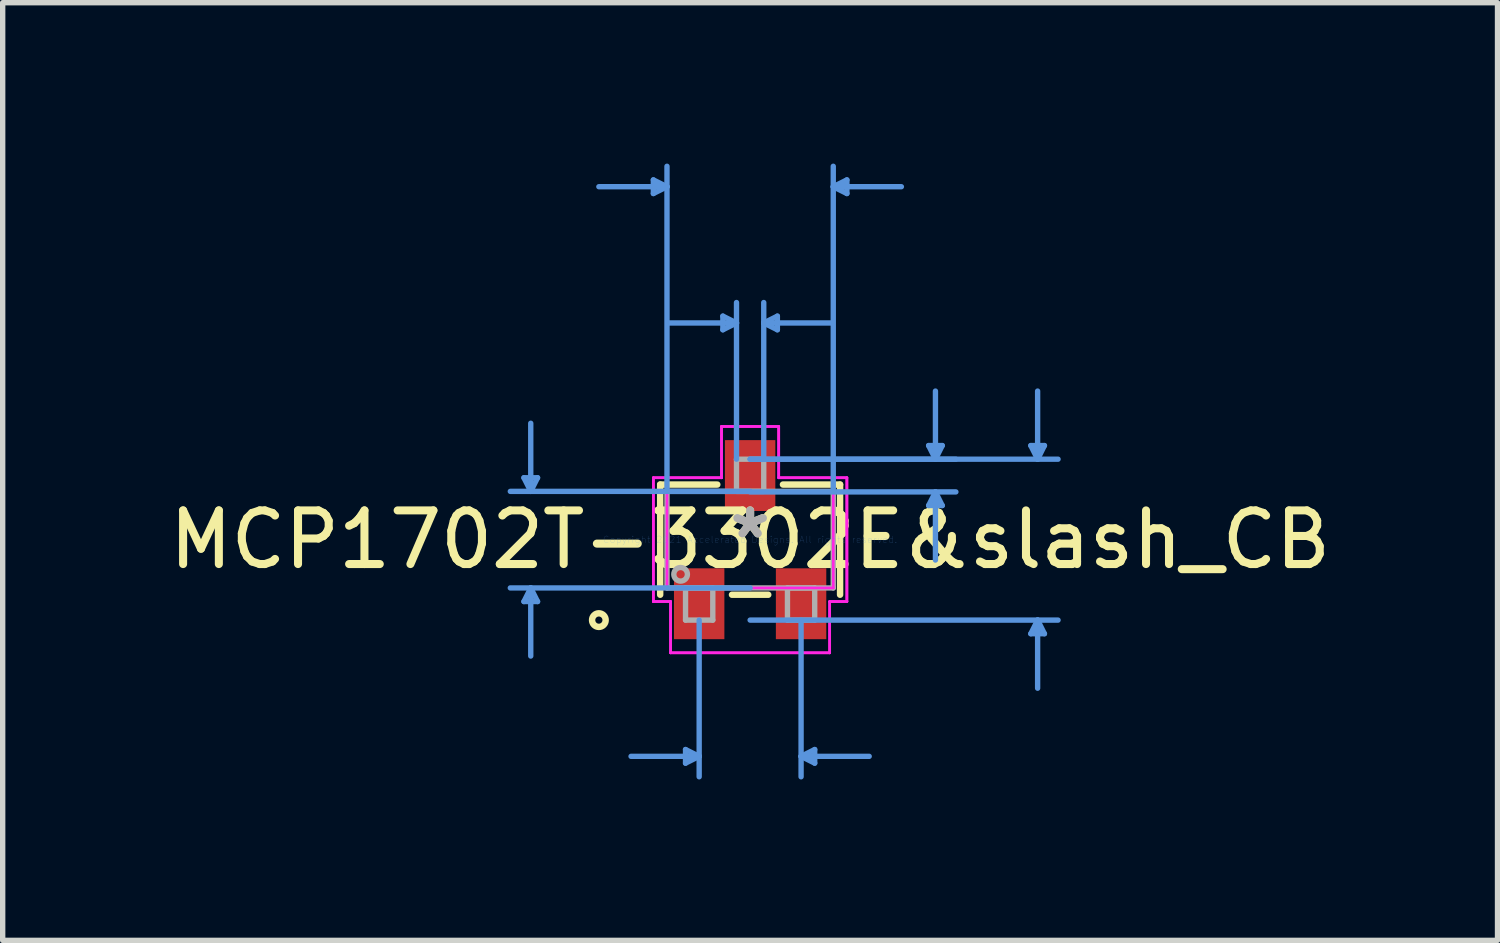
<source format=kicad_pcb>
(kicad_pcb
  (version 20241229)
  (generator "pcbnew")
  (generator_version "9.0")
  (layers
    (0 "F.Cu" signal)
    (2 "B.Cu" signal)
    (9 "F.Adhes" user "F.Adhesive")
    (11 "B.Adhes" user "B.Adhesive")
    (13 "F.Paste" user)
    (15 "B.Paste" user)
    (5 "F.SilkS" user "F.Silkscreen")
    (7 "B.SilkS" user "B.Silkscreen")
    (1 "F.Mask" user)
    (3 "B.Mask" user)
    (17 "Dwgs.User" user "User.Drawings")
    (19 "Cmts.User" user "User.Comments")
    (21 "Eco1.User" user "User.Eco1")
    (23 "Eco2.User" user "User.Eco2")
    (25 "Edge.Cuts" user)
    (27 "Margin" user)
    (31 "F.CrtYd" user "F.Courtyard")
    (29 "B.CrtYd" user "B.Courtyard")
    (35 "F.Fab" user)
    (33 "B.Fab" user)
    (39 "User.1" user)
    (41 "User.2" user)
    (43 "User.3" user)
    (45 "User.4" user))
  (footprint "MCP1702T-3302E&slash_CB"
    (layer "F.Cu")
    (at 10.935 7.011)
    (property "Reference" "MCP1702T-3302E&slash_CB" (at 0 0 0) (layer "F.SilkS") (effects (font (size 1 1) (thickness 0.15))))
    (attr through_hole)
    (fp_line (start -1.677 -1.027) (end -1.677 1.027) (stroke (width 0.12) (type solid)) (layer "F.SilkS"))
    (fp_line (start -0.612 -1.027) (end -1.677 -1.027) (stroke (width 0.12) (type solid)) (layer "F.SilkS"))
    (fp_line (start -0.338 1.027) (end 0.338 1.027) (stroke (width 0.12) (type solid)) (layer "F.SilkS"))
    (fp_line (start 1.677 -1.027) (end 0.612 -1.027) (stroke (width 0.12) (type solid)) (layer "F.SilkS"))
    (fp_line (start 1.677 1.027) (end 1.677 -1.027) (stroke (width 0.12) (type solid)) (layer "F.SilkS"))
    (fp_circle (center -2.82 1.5) (end -2.693 1.5) (stroke (width 0.12) (type solid)) (fill no) (layer "F.SilkS"))
    (fp_line (start -4.217 -1.154) (end -3.963 -1.154) (stroke (width 0.1) (type solid)) (layer "Cmts.User"))
    (fp_line (start -4.217 1.154) (end -3.963 1.154) (stroke (width 0.1) (type solid)) (layer "Cmts.User"))
    (fp_line (start -4.09 -0.9) (end -4.217 -1.154) (stroke (width 0.1) (type solid)) (layer "Cmts.User"))
    (fp_line (start -4.09 -0.9) (end -4.09 -2.17) (stroke (width 0.1) (type solid)) (layer "Cmts.User"))
    (fp_line (start -4.09 -0.9) (end -3.963 -1.154) (stroke (width 0.1) (type solid)) (layer "Cmts.User"))
    (fp_line (start -4.09 0.9) (end -4.217 1.154) (stroke (width 0.1) (type solid)) (layer "Cmts.User"))
    (fp_line (start -4.09 0.9) (end -4.09 2.17) (stroke (width 0.1) (type solid)) (layer "Cmts.User"))
    (fp_line (start -4.09 0.9) (end -3.963 1.154) (stroke (width 0.1) (type solid)) (layer "Cmts.User"))
    (fp_line (start -1.804 -6.707) (end -1.804 -6.453) (stroke (width 0.1) (type solid)) (layer "Cmts.User"))
    (fp_line (start -1.55 -6.58) (end -2.82 -6.58) (stroke (width 0.1) (type solid)) (layer "Cmts.User"))
    (fp_line (start -1.55 -6.58) (end -1.804 -6.707) (stroke (width 0.1) (type solid)) (layer "Cmts.User"))
    (fp_line (start -1.55 -6.58) (end -1.804 -6.453) (stroke (width 0.1) (type solid)) (layer "Cmts.User"))
    (fp_line (start -1.55 -0.9) (end -1.55 -6.961) (stroke (width 0.1) (type solid)) (layer "Cmts.User"))
    (fp_line (start -1.204 3.913) (end -1.204 4.167) (stroke (width 0.1) (type solid)) (layer "Cmts.User"))
    (fp_line (start -0.95 1.5) (end -0.95 4.421) (stroke (width 0.1) (type solid)) (layer "Cmts.User"))
    (fp_line (start -0.95 4.04) (end -2.22 4.04) (stroke (width 0.1) (type solid)) (layer "Cmts.User"))
    (fp_line (start -0.95 4.04) (end -1.204 3.913) (stroke (width 0.1) (type solid)) (layer "Cmts.User"))
    (fp_line (start -0.95 4.04) (end -1.204 4.167) (stroke (width 0.1) (type solid)) (layer "Cmts.User"))
    (fp_line (start -0.508 -4.167) (end -0.508 -3.913) (stroke (width 0.1) (type solid)) (layer "Cmts.User"))
    (fp_line (start -0.254 -4.04) (end -1.524 -4.04) (stroke (width 0.1) (type solid)) (layer "Cmts.User"))
    (fp_line (start -0.254 -4.04) (end -0.508 -4.167) (stroke (width 0.1) (type solid)) (layer "Cmts.User"))
    (fp_line (start -0.254 -4.04) (end -0.508 -3.913) (stroke (width 0.1) (type solid)) (layer "Cmts.User"))
    (fp_line (start -0.254 -1.5) (end -0.254 -4.421) (stroke (width 0.1) (type solid)) (layer "Cmts.User"))
    (fp_line (start 0 -1.5) (end 3.836 -1.5) (stroke (width 0.1) (type solid)) (layer "Cmts.User"))
    (fp_line (start 0 -1.5) (end 5.741 -1.5) (stroke (width 0.1) (type solid)) (layer "Cmts.User"))
    (fp_line (start 0 -0.9) (end -4.471 -0.9) (stroke (width 0.1) (type solid)) (layer "Cmts.User"))
    (fp_line (start 0 -0.89) (end 3.836 -0.89) (stroke (width 0.1) (type solid)) (layer "Cmts.User"))
    (fp_line (start 0 0.9) (end -4.471 0.9) (stroke (width 0.1) (type solid)) (layer "Cmts.User"))
    (fp_line (start 0 1.5) (end 5.741 1.5) (stroke (width 0.1) (type solid)) (layer "Cmts.User"))
    (fp_line (start 0.254 -4.04) (end 0.508 -4.167) (stroke (width 0.1) (type solid)) (layer "Cmts.User"))
    (fp_line (start 0.254 -4.04) (end 0.508 -3.913) (stroke (width 0.1) (type solid)) (layer "Cmts.User"))
    (fp_line (start 0.254 -4.04) (end 1.524 -4.04) (stroke (width 0.1) (type solid)) (layer "Cmts.User"))
    (fp_line (start 0.254 -1.5) (end 0.254 -4.421) (stroke (width 0.1) (type solid)) (layer "Cmts.User"))
    (fp_line (start 0.508 -4.167) (end 0.508 -3.913) (stroke (width 0.1) (type solid)) (layer "Cmts.User"))
    (fp_line (start 0.95 1.5) (end 0.95 4.421) (stroke (width 0.1) (type solid)) (layer "Cmts.User"))
    (fp_line (start 0.95 4.04) (end 1.204 3.913) (stroke (width 0.1) (type solid)) (layer "Cmts.User"))
    (fp_line (start 0.95 4.04) (end 1.204 4.167) (stroke (width 0.1) (type solid)) (layer "Cmts.User"))
    (fp_line (start 0.95 4.04) (end 2.22 4.04) (stroke (width 0.1) (type solid)) (layer "Cmts.User"))
    (fp_line (start 1.204 3.913) (end 1.204 4.167) (stroke (width 0.1) (type solid)) (layer "Cmts.User"))
    (fp_line (start 1.55 -6.58) (end 1.804 -6.707) (stroke (width 0.1) (type solid)) (layer "Cmts.User"))
    (fp_line (start 1.55 -6.58) (end 1.804 -6.453) (stroke (width 0.1) (type solid)) (layer "Cmts.User"))
    (fp_line (start 1.55 -6.58) (end 2.82 -6.58) (stroke (width 0.1) (type solid)) (layer "Cmts.User"))
    (fp_line (start 1.55 -0.9) (end 1.55 -6.961) (stroke (width 0.1) (type solid)) (layer "Cmts.User"))
    (fp_line (start 1.804 -6.707) (end 1.804 -6.453) (stroke (width 0.1) (type solid)) (layer "Cmts.User"))
    (fp_line (start 3.328 -1.754) (end 3.582 -1.754) (stroke (width 0.1) (type solid)) (layer "Cmts.User"))
    (fp_line (start 3.328 -0.636) (end 3.582 -0.636) (stroke (width 0.1) (type solid)) (layer "Cmts.User"))
    (fp_line (start 3.455 -1.5) (end 3.328 -1.754) (stroke (width 0.1) (type solid)) (layer "Cmts.User"))
    (fp_line (start 3.455 -1.5) (end 3.455 -2.77) (stroke (width 0.1) (type solid)) (layer "Cmts.User"))
    (fp_line (start 3.455 -1.5) (end 3.582 -1.754) (stroke (width 0.1) (type solid)) (layer "Cmts.User"))
    (fp_line (start 3.455 -0.89) (end 3.328 -0.636) (stroke (width 0.1) (type solid)) (layer "Cmts.User"))
    (fp_line (start 3.455 -0.89) (end 3.455 0.38) (stroke (width 0.1) (type solid)) (layer "Cmts.User"))
    (fp_line (start 3.455 -0.89) (end 3.582 -0.636) (stroke (width 0.1) (type solid)) (layer "Cmts.User"))
    (fp_line (start 5.233 -1.754) (end 5.487 -1.754) (stroke (width 0.1) (type solid)) (layer "Cmts.User"))
    (fp_line (start 5.233 1.754) (end 5.487 1.754) (stroke (width 0.1) (type solid)) (layer "Cmts.User"))
    (fp_line (start 5.36 -1.5) (end 5.233 -1.754) (stroke (width 0.1) (type solid)) (layer "Cmts.User"))
    (fp_line (start 5.36 -1.5) (end 5.36 -2.77) (stroke (width 0.1) (type solid)) (layer "Cmts.User"))
    (fp_line (start 5.36 -1.5) (end 5.487 -1.754) (stroke (width 0.1) (type solid)) (layer "Cmts.User"))
    (fp_line (start 5.36 1.5) (end 5.233 1.754) (stroke (width 0.1) (type solid)) (layer "Cmts.User"))
    (fp_line (start 5.36 1.5) (end 5.36 2.77) (stroke (width 0.1) (type solid)) (layer "Cmts.User"))
    (fp_line (start 5.36 1.5) (end 5.487 1.754) (stroke (width 0.1) (type solid)) (layer "Cmts.User"))
    (fp_line (start -1.804 -1.154) (end -0.533 -1.154) (stroke (width 0.05) (type solid)) (layer "F.CrtYd"))
    (fp_line (start -1.804 -1.154) (end -0.533 -1.154) (stroke (width 0.05) (type solid)) (layer "F.CrtYd"))
    (fp_line (start -1.804 1.154) (end -1.804 -1.154) (stroke (width 0.05) (type solid)) (layer "F.CrtYd"))
    (fp_line (start -1.804 1.154) (end -1.804 -1.154) (stroke (width 0.05) (type solid)) (layer "F.CrtYd"))
    (fp_line (start -1.804 1.154) (end -1.483 1.154) (stroke (width 0.05) (type solid)) (layer "F.CrtYd"))
    (fp_line (start -1.55 -0.9) (end 1.55 -0.9) (stroke (width 0.05) (type solid)) (layer "F.CrtYd"))
    (fp_line (start -1.55 0.9) (end -1.55 -0.9) (stroke (width 0.05) (type solid)) (layer "F.CrtYd"))
    (fp_line (start -1.483 1.154) (end -1.804 1.154) (stroke (width 0.05) (type solid)) (layer "F.CrtYd"))
    (fp_line (start -1.483 1.154) (end -1.483 2.11) (stroke (width 0.05) (type solid)) (layer "F.CrtYd"))
    (fp_line (start -1.483 2.11) (end -1.483 1.154) (stroke (width 0.05) (type solid)) (layer "F.CrtYd"))
    (fp_line (start -1.483 2.11) (end 1.483 2.11) (stroke (width 0.05) (type solid)) (layer "F.CrtYd"))
    (fp_line (start -0.533 -2.11) (end 0.533 -2.11) (stroke (width 0.05) (type solid)) (layer "F.CrtYd"))
    (fp_line (start -0.533 -2.11) (end 0.533 -2.11) (stroke (width 0.05) (type solid)) (layer "F.CrtYd"))
    (fp_line (start -0.533 -1.154) (end -0.533 -2.11) (stroke (width 0.05) (type solid)) (layer "F.CrtYd"))
    (fp_line (start -0.533 -1.154) (end -0.533 -2.11) (stroke (width 0.05) (type solid)) (layer "F.CrtYd"))
    (fp_line (start 0.533 -2.11) (end 0.533 -1.154) (stroke (width 0.05) (type solid)) (layer "F.CrtYd"))
    (fp_line (start 0.533 -1.154) (end 0.533 -2.11) (stroke (width 0.05) (type solid)) (layer "F.CrtYd"))
    (fp_line (start 0.533 -1.154) (end 1.804 -1.154) (stroke (width 0.05) (type solid)) (layer "F.CrtYd"))
    (fp_line (start 1.483 1.154) (end 1.483 2.11) (stroke (width 0.05) (type solid)) (layer "F.CrtYd"))
    (fp_line (start 1.483 1.154) (end 1.483 2.11) (stroke (width 0.05) (type solid)) (layer "F.CrtYd"))
    (fp_line (start 1.483 2.11) (end -1.483 2.11) (stroke (width 0.05) (type solid)) (layer "F.CrtYd"))
    (fp_line (start 1.55 -0.9) (end 1.55 0.9) (stroke (width 0.05) (type solid)) (layer "F.CrtYd"))
    (fp_line (start 1.55 0.9) (end -1.55 0.9) (stroke (width 0.05) (type solid)) (layer "F.CrtYd"))
    (fp_line (start 1.804 -1.154) (end 0.533 -1.154) (stroke (width 0.05) (type solid)) (layer "F.CrtYd"))
    (fp_line (start 1.804 -1.154) (end 1.804 1.154) (stroke (width 0.05) (type solid)) (layer "F.CrtYd"))
    (fp_line (start 1.804 -1.154) (end 1.804 1.154) (stroke (width 0.05) (type solid)) (layer "F.CrtYd"))
    (fp_line (start 1.804 1.154) (end 1.483 1.154) (stroke (width 0.05) (type solid)) (layer "F.CrtYd"))
    (fp_line (start 1.804 1.154) (end 1.483 1.154) (stroke (width 0.05) (type solid)) (layer "F.CrtYd"))
    (fp_line (start -1.55 -0.9) (end -1.55 0.9) (stroke (width 0.1) (type solid)) (layer "F.Fab"))
    (fp_line (start -1.55 0.9) (end 1.55 0.9) (stroke (width 0.1) (type solid)) (layer "F.Fab"))
    (fp_line (start -1.204 0.9) (end -1.204 1.5) (stroke (width 0.1) (type solid)) (layer "F.Fab"))
    (fp_line (start -1.204 1.5) (end -0.696 1.5) (stroke (width 0.1) (type solid)) (layer "F.Fab"))
    (fp_line (start -0.696 0.9) (end -1.204 0.9) (stroke (width 0.1) (type solid)) (layer "F.Fab"))
    (fp_line (start -0.696 1.5) (end -0.696 0.9) (stroke (width 0.1) (type solid)) (layer "F.Fab"))
    (fp_line (start -0.254 -1.5) (end -0.254 -0.9) (stroke (width 0.1) (type solid)) (layer "F.Fab"))
    (fp_line (start -0.254 -0.9) (end 0.254 -0.9) (stroke (width 0.1) (type solid)) (layer "F.Fab"))
    (fp_line (start 0.254 -1.5) (end -0.254 -1.5) (stroke (width 0.1) (type solid)) (layer "F.Fab"))
    (fp_line (start 0.254 -0.9) (end 0.254 -1.5) (stroke (width 0.1) (type solid)) (layer "F.Fab"))
    (fp_line (start 0.696 0.9) (end 0.696 1.5) (stroke (width 0.1) (type solid)) (layer "F.Fab"))
    (fp_line (start 0.696 1.5) (end 1.204 1.5) (stroke (width 0.1) (type solid)) (layer "F.Fab"))
    (fp_line (start 1.204 0.9) (end 0.696 0.9) (stroke (width 0.1) (type solid)) (layer "F.Fab"))
    (fp_line (start 1.204 1.5) (end 1.204 0.9) (stroke (width 0.1) (type solid)) (layer "F.Fab"))
    (fp_line (start 1.55 -0.9) (end -1.55 -0.9) (stroke (width 0.1) (type solid)) (layer "F.Fab"))
    (fp_line (start 1.55 0.9) (end 1.55 -0.9) (stroke (width 0.1) (type solid)) (layer "F.Fab"))
    (fp_circle (center -1.296 0.646) (end -1.169 0.646) (stroke (width 0.1) (type solid)) (fill no) (layer "F.Fab"))
    (fp_text user "*" (at 0 0 0) (layer "F.SilkS") (effects (font (size 1 1) (thickness 0.15))))
    (fp_text user "Copyright 2021 Accelerated Designs. All rights reserved." (at 0 0 0) (layer "Cmts.User") (effects (font (size 0.127 0.127) (thickness 0.002))))
    (fp_text user "*" (at 0 0 0) (layer "F.Fab") (effects (font (size 1 1) (thickness 0.15))))
    (pad "1" smd rect (at -0.95 1.195) (size 0.94 1.321) (layers "F.Cu" "F.Mask" "F.Paste"))
    (pad "2" smd rect (at 0.95 1.195) (size 0.94 1.321) (layers "F.Cu" "F.Mask" "F.Paste"))
    (pad "3" smd rect (at 0 -1.195) (size 0.94 1.321) (layers "F.Cu" "F.Mask" "F.Paste")))
  (gr_rect
    (start -3 -3)
    (end 24.869 14.482)
    (stroke (width 0.1) (type default))
    (fill no)
    (layer "Edge.Cuts")))
</source>
